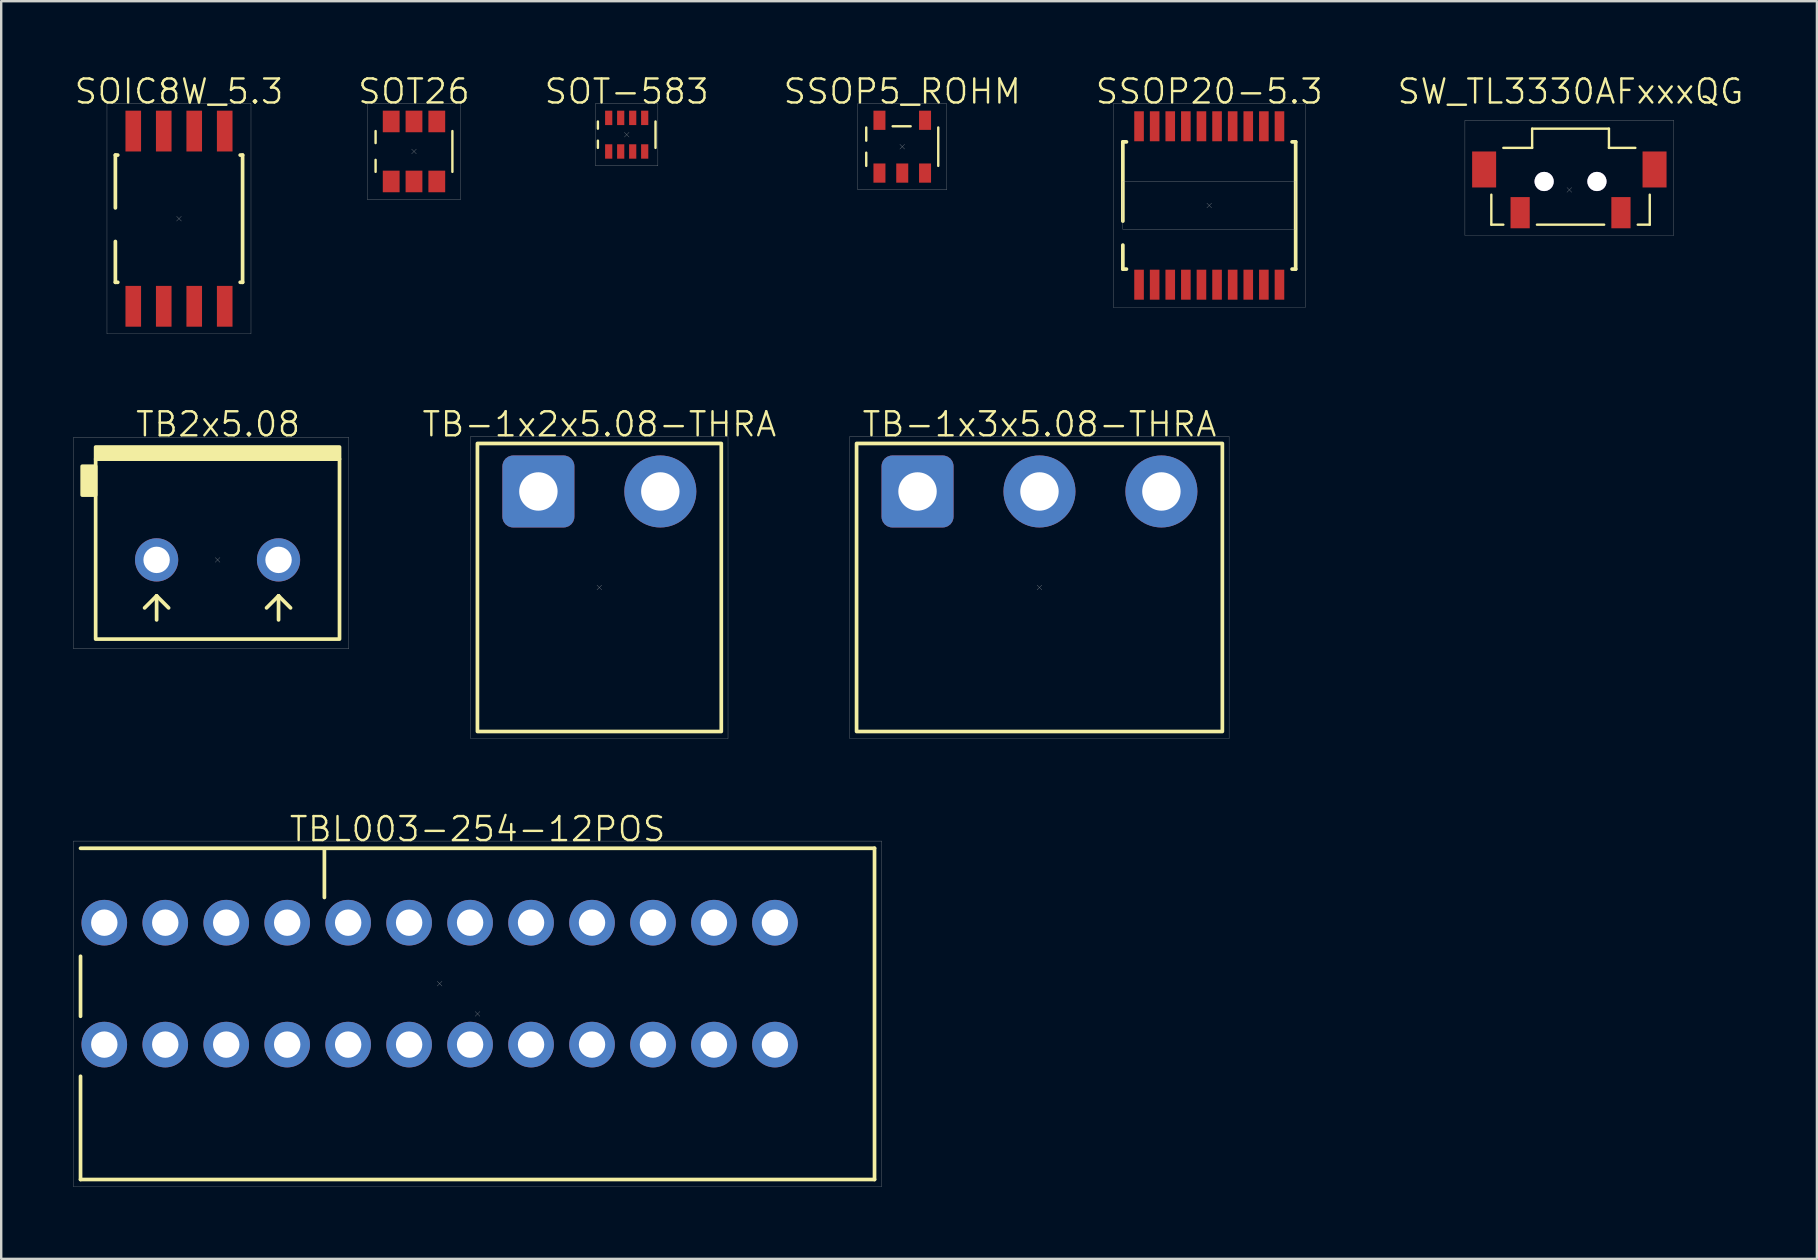
<source format=kicad_pcb>
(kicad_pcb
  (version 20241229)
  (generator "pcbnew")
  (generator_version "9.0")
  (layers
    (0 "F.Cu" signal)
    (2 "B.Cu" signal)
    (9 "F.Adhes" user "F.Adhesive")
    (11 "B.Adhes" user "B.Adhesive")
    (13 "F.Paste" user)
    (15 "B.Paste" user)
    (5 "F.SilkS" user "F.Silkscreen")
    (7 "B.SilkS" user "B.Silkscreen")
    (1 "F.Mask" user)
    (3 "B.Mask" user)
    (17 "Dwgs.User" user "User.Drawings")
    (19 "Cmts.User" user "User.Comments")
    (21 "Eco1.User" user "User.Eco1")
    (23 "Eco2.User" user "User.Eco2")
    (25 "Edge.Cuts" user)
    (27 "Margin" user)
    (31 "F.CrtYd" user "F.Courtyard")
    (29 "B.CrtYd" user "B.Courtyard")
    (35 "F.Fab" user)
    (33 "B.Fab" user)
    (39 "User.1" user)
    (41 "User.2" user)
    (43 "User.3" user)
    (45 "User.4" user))
  (footprint "SSOP5_ROHM"
    (layer "F.Cu")
    (at 34.54 3.061)
    (property "Reference" "SSOP5_ROHM" (at 0 -2.3 0) (unlocked yes) (layer "F.SilkS") (effects (font (size 1 1) (thickness 0.1))))
    (attr smd)
    (fp_line (start -1.5 -0.25) (end -1.5 -0.8) (stroke (width 0.1) (type default)) (layer "F.SilkS"))
    (fp_line (start -1.5 0.8) (end -1.5 0.25) (stroke (width 0.1) (type default)) (layer "F.SilkS"))
    (fp_line (start 0.35 -0.85) (end -0.4 -0.85) (stroke (width 0.1) (type default)) (layer "F.SilkS"))
    (fp_line (start 1.5 0.8) (end 1.5 -0.8) (stroke (width 0.1) (type default)) (layer "F.SilkS"))
    (fp_line (start -0.1 -0.1) (end 0.1 0.1) (stroke (width 0.01) (type default)) (layer "F.Fab"))
    (fp_line (start 0.1 -0.1) (end -0.1 0.1) (stroke (width 0.01) (type default)) (layer "F.Fab"))
    (fp_rect (start -1.85 -1.8) (end 1.85 1.8) (stroke (width 0.01) (type default)) (fill no) (layer "F.Fab"))
    (pad "1" smd rect (at -0.95 1.1) (size 0.5 0.8) (layers "F.Cu" "F.Mask" "F.Paste"))
    (pad "2" smd rect (at 0 1.1) (size 0.5 0.8) (layers "F.Cu" "F.Mask" "F.Paste"))
    (pad "3" smd rect (at 0.95 1.1) (size 0.5 0.8) (layers "F.Cu" "F.Mask" "F.Paste"))
    (pad "4" smd rect (at 0.95 -1.1) (size 0.5 0.8) (layers "F.Cu" "F.Mask" "F.Paste"))
    (pad "5" smd rect (at -0.95 -1.1) (size 0.5 0.8) (layers "F.Cu" "F.Mask" "F.Paste")))
  (footprint "SOT26"
    (layer "F.Cu")
    (at 14.198 3.26)
    (property "Reference" "SOT26" (at 0 -2.5 0) (unlocked yes) (layer "F.SilkS") (effects (font (size 1 1) (thickness 0.1))))
    (attr smd)
    (fp_line (start -1.6 -0.85) (end -1.6 -0.35) (stroke (width 0.1) (type default)) (layer "F.SilkS"))
    (fp_line (start -1.6 0.85) (end -1.6 0.35) (stroke (width 0.1) (type default)) (layer "F.SilkS"))
    (fp_line (start 1.6 -0.85) (end 1.6 0.85) (stroke (width 0.1) (type default)) (layer "F.SilkS"))
    (fp_line (start -0.1 -0.1) (end 0.1 0.1) (stroke (width 0.01) (type default)) (layer "F.Fab"))
    (fp_line (start 0.1 -0.1) (end -0.1 0.1) (stroke (width 0.01) (type default)) (layer "F.Fab"))
    (fp_rect (start -1.95 -2) (end 1.95 2) (stroke (width 0.01) (type default)) (fill no) (layer "F.Fab"))
    (pad "1" smd rect (at -0.95 1.25) (size 0.7 0.9) (layers "F.Cu" "F.Mask" "F.Paste"))
    (pad "2" smd rect (at 0 1.25) (size 0.7 0.9) (layers "F.Cu" "F.Mask" "F.Paste"))
    (pad "3" smd rect (at 0.95 1.25) (size 0.7 0.9) (layers "F.Cu" "F.Mask" "F.Paste"))
    (pad "4" smd rect (at 0.95 -1.25) (size 0.7 0.9) (layers "F.Cu" "F.Mask" "F.Paste"))
    (pad "5" smd rect (at 0 -1.25) (size 0.7 0.9) (layers "F.Cu" "F.Mask" "F.Paste"))
    (pad "6" smd rect (at -0.95 -1.25) (size 0.7 0.9) (layers "F.Cu" "F.Mask" "F.Paste")))
  (footprint "SW_TL3330AFxxxQG"
    (layer "F.Cu")
    (at 62.333 4.861)
    (property "Reference" "SW_TL3330AFxxxQG" (at 0.05 -4.1 0) (unlocked yes) (layer "F.SilkS") (effects (font (size 1 1) (thickness 0.1))))
    (attr smd)
    (fp_line (start -3.25 0.2) (end -3.25 1.45) (stroke (width 0.1) (type default)) (layer "F.SilkS"))
    (fp_line (start -3.25 1.45) (end -2.75 1.45) (stroke (width 0.1) (type default)) (layer "F.SilkS"))
    (fp_line (start -2.75 -1.75) (end -1.55 -1.75) (stroke (width 0.1) (type default)) (layer "F.SilkS"))
    (fp_line (start -1.55 -2.55) (end 1.65 -2.55) (stroke (width 0.1) (type default)) (layer "F.SilkS"))
    (fp_line (start -1.55 -1.75) (end -1.55 -2.55) (stroke (width 0.1) (type default)) (layer "F.SilkS"))
    (fp_line (start -1.35 1.45) (end 1.45 1.45) (stroke (width 0.1) (type default)) (layer "F.SilkS"))
    (fp_line (start 1.65 -2.55) (end 1.65 -1.75) (stroke (width 0.1) (type default)) (layer "F.SilkS"))
    (fp_line (start 1.65 -1.75) (end 2.75 -1.75) (stroke (width 0.1) (type default)) (layer "F.SilkS"))
    (fp_line (start 3.35 0.2) (end 3.35 1.45) (stroke (width 0.1) (type default)) (layer "F.SilkS"))
    (fp_line (start 3.35 1.45) (end 2.85 1.45) (stroke (width 0.1) (type default)) (layer "F.SilkS"))
    (fp_line (start -0.1 -0.1) (end 0.1 0.1) (stroke (width 0.01) (type default)) (layer "F.Fab"))
    (fp_line (start 0.1 -0.1) (end -0.1 0.1) (stroke (width 0.01) (type default)) (layer "F.Fab"))
    (fp_rect (start -4.35 -2.9) (end 4.35 1.9) (stroke (width 0.01) (type default)) (fill no) (layer "F.Fab"))
    (pad "1" smd rect (at -2.05 0.95) (size 0.8 1.3) (layers "F.Cu" "F.Mask" "F.Paste"))
    (pad "2" smd rect (at 2.15 0.95) (size 0.8 1.3) (layers "F.Cu" "F.Mask" "F.Paste"))
    (pad "3" smd rect (at -3.55 -0.85) (size 1 1.5) (layers "F.Cu" "F.Mask" "F.Paste"))
    (pad "4" smd rect (at 3.55 -0.85) (size 1 1.5) (layers "F.Cu" "F.Mask" "F.Paste"))
    (pad "5" thru_hole circle (at -1.05 -0.35) (size 0.8 0.8) (drill 0.8) (layers "*.Cu" "*.Mask"))
    (pad "6" thru_hole circle (at 1.15 -0.35) (size 0.8 0.8) (drill 0.8) (layers "*.Cu" "*.Mask")))
  (footprint "SOT-583"
    (layer "F.Cu")
    (at 23.06 2.561)
    (property "Reference" "SOT-583" (at 0 -1.8 0) (unlocked yes) (layer "F.SilkS") (effects (font (size 1 1) (thickness 0.1))))
    (attr smd)
    (fp_line (start -1.2 -0.25) (end -1.2 -0.55) (stroke (width 0.1) (type default)) (layer "F.SilkS"))
    (fp_line (start -1.2 0.55) (end -1.2 0.25) (stroke (width 0.1) (type default)) (layer "F.SilkS"))
    (fp_line (start 1.2 0.55) (end 1.2 -0.55) (stroke (width 0.1) (type default)) (layer "F.SilkS"))
    (fp_line (start -0.1 -0.1) (end 0.1 0.1) (stroke (width 0.01) (type default)) (layer "F.Fab"))
    (fp_line (start 0.1 -0.1) (end -0.1 0.1) (stroke (width 0.01) (type default)) (layer "F.Fab"))
    (fp_rect (start -1.3 -1.3) (end 1.3 1.3) (stroke (width 0.01) (type default)) (fill no) (layer "F.Fab"))
    (pad "1" smd rect (at -0.75 0.7) (size 0.3 0.6) (layers "F.Cu" "F.Mask" "F.Paste"))
    (pad "2" smd rect (at -0.25 0.7) (size 0.3 0.6) (layers "F.Cu" "F.Mask" "F.Paste"))
    (pad "3" smd rect (at 0.25 0.7) (size 0.3 0.6) (layers "F.Cu" "F.Mask" "F.Paste"))
    (pad "4" smd rect (at 0.75 0.7) (size 0.3 0.6) (layers "F.Cu" "F.Mask" "F.Paste"))
    (pad "5" smd rect (at 0.75 -0.7) (size 0.3 0.6) (layers "F.Cu" "F.Mask" "F.Paste"))
    (pad "6" smd rect (at 0.25 -0.7) (size 0.3 0.6) (layers "F.Cu" "F.Mask" "F.Paste"))
    (pad "7" smd rect (at -0.25 -0.7) (size 0.3 0.6) (layers "F.Cu" "F.Mask" "F.Paste"))
    (pad "8" smd rect (at -0.75 -0.7) (size 0.3 0.6) (layers "F.Cu" "F.Mask" "F.Paste")))
  (footprint "TB-1x2x5.08-THRA"
    (layer "F.Cu")
    (at 21.921 21.426)
    (property "Reference" "TB-1x2x5.08-THRA" (at 0 -6.8 0) (unlocked yes) (layer "F.SilkS") (effects (font (size 1 1) (thickness 0.1))))
    (attr through_hole)
    (fp_rect (start -5.08 -6) (end 5.08 6) (stroke (width 0.154) (type default)) (fill no) (layer "F.SilkS"))
    (fp_line (start -0.1 0.1) (end 0.1 -0.1) (stroke (width 0.01) (type default)) (layer "F.Fab"))
    (fp_line (start 0.1 0.1) (end -0.1 -0.1) (stroke (width 0.01) (type default)) (layer "F.Fab"))
    (fp_rect (start -5.36 -6.3) (end 5.36 6.3) (stroke (width 0.01) (type default)) (fill no) (layer "F.Fab"))
    (pad "1" thru_hole roundrect (at -2.54 -4) (size 3 3) (drill 1.6) (layers "*.Cu" "*.Mask") (roundrect_rratio 0.15))
    (pad "2" thru_hole circle (at 2.54 -4) (size 3 3) (drill 1.6) (layers "*.Cu" "*.Mask")))
  (footprint "TB2x5.08"
    (layer "F.Cu")
    (at 6.015 20.276)
    (property "Reference" "TB2x5.08" (at 0.02 -5.65 0) (unlocked yes) (layer "F.SilkS") (effects (font (size 1 1) (thickness 0.1))))
    (attr through_hole)
    (fp_line (start -2.54 1.5) (end -3.04 2) (stroke (width 0.154) (type default)) (layer "F.SilkS"))
    (fp_line (start -2.54 1.5) (end -2.54 2.5) (stroke (width 0.154) (type default)) (layer "F.SilkS"))
    (fp_line (start -2.04 2) (end -2.54 1.5) (stroke (width 0.154) (type default)) (layer "F.SilkS"))
    (fp_line (start 2.54 1.5) (end 2.04 2) (stroke (width 0.154) (type default)) (layer "F.SilkS"))
    (fp_line (start 2.54 1.5) (end 2.54 2.5) (stroke (width 0.154) (type default)) (layer "F.SilkS"))
    (fp_line (start 3.04 2) (end 2.54 1.5) (stroke (width 0.154) (type default)) (layer "F.SilkS"))
    (fp_rect (start -5.64 -3.9) (end -5.08 -2.7) (stroke (width 0.154) (type solid)) (fill yes) (layer "F.SilkS"))
    (fp_rect (start -5.08 -4.7) (end 5.08 -4.2) (stroke (width 0.154) (type solid)) (fill yes) (layer "F.SilkS"))
    (fp_rect (start -5.08 -4.2) (end 5.08 3.3) (stroke (width 0.154) (type default)) (fill no) (layer "F.SilkS"))
    (fp_line (start -0.1 0.1) (end 0.1 -0.1) (stroke (width 0.01) (type default)) (layer "F.Fab"))
    (fp_line (start 0.1 0.1) (end -0.1 -0.1) (stroke (width 0.01) (type default)) (layer "F.Fab"))
    (fp_rect (start -6.01 -5.1) (end 5.47 3.7) (stroke (width 0.01) (type default)) (fill no) (layer "F.Fab"))
    (pad "1" thru_hole circle (at -2.54 0) (size 1.8 1.8) (drill 1.1) (layers "*.Cu" "*.Mask"))
    (pad "2" thru_hole circle (at 2.54 0) (size 1.8 1.8) (drill 1.1) (layers "*.Cu" "*.Mask")))
  (footprint "TB-1x3x5.08-THRA"
    (layer "F.Cu")
    (at 40.257 21.426)
    (property "Reference" "TB-1x3x5.08-THRA" (at 0 -6.8 0) (unlocked yes) (layer "F.SilkS") (effects (font (size 1 1) (thickness 0.1))))
    (attr through_hole)
    (fp_rect (start -7.62 -6) (end 7.62 6) (stroke (width 0.154) (type default)) (fill no) (layer "F.SilkS"))
    (fp_line (start -0.1 0.1) (end 0.1 -0.1) (stroke (width 0.01) (type default)) (layer "F.Fab"))
    (fp_line (start 0.1 0.1) (end -0.1 -0.1) (stroke (width 0.01) (type default)) (layer "F.Fab"))
    (fp_rect (start -7.9 -6.3) (end 7.9 6.3) (stroke (width 0.01) (type default)) (fill no) (layer "F.Fab"))
    (pad "1" thru_hole roundrect (at -5.08 -4) (size 3 3) (drill 1.6) (layers "*.Cu" "*.Mask") (roundrect_rratio 0.15))
    (pad "2" thru_hole circle (at 0 -4) (size 3 3) (drill 1.6) (layers "*.Cu" "*.Mask"))
    (pad "3" thru_hole circle (at 5.08 -4) (size 3 3) (drill 1.6) (layers "*.Cu" "*.Mask")))
  (footprint "SSOP20-5.3"
    (layer "F.Cu")
    (at 47.331 5.511)
    (property "Reference" "SSOP20-5.3" (at 0 -4.75 0) (unlocked yes) (layer "F.SilkS") (effects (font (size 1 1) (thickness 0.1))))
    (attr smd)
    (fp_line (start -3.6 -2.65) (end -3.6 0.65) (stroke (width 0.154) (type default)) (layer "F.SilkS"))
    (fp_line (start -3.6 2.65) (end -3.6 1.65) (stroke (width 0.154) (type default)) (layer "F.SilkS"))
    (fp_line (start -3.6 2.65) (end -3.45 2.65) (stroke (width 0.154) (type default)) (layer "F.SilkS"))
    (fp_line (start -3.45 -2.65) (end -3.6 -2.65) (stroke (width 0.154) (type default)) (layer "F.SilkS"))
    (fp_line (start 3.45 -2.65) (end 3.6 -2.65) (stroke (width 0.154) (type default)) (layer "F.SilkS"))
    (fp_line (start 3.45 2.65) (end 3.6 2.65) (stroke (width 0.154) (type default)) (layer "F.SilkS"))
    (fp_line (start 3.6 -2.65) (end 3.6 2.65) (stroke (width 0.154) (type default)) (layer "F.SilkS"))
    (fp_line (start -0.1 -0.1) (end 0.1 0.1) (stroke (width 0.01) (type default)) (layer "F.Fab"))
    (fp_line (start 0.1 -0.1) (end -0.1 0.1) (stroke (width 0.01) (type default)) (layer "F.Fab"))
    (fp_rect (start -4 -4.25) (end 4 4.25) (stroke (width 0.01) (type default)) (fill no) (layer "F.Fab"))
    (fp_rect (start -3.6 -1) (end 3.6 1) (stroke (width 0.01) (type default)) (fill no) (layer "F.Fab"))
    (pad "1" smd rect (at -2.925 3.3) (size 0.4 1.25) (layers "F.Cu" "F.Mask" "F.Paste"))
    (pad "2" smd rect (at -2.275 3.3) (size 0.4 1.25) (layers "F.Cu" "F.Mask" "F.Paste"))
    (pad "3" smd rect (at -1.625 3.3) (size 0.4 1.25) (layers "F.Cu" "F.Mask" "F.Paste"))
    (pad "4" smd rect (at -0.975 3.3) (size 0.4 1.25) (layers "F.Cu" "F.Mask" "F.Paste"))
    (pad "5" smd rect (at -0.325 3.3) (size 0.4 1.25) (layers "F.Cu" "F.Mask" "F.Paste"))
    (pad "6" smd rect (at 0.325 3.3) (size 0.4 1.25) (layers "F.Cu" "F.Mask" "F.Paste"))
    (pad "7" smd rect (at 0.975 3.3) (size 0.4 1.25) (layers "F.Cu" "F.Mask" "F.Paste"))
    (pad "8" smd rect (at 1.625 3.3) (size 0.4 1.25) (layers "F.Cu" "F.Mask" "F.Paste"))
    (pad "9" smd rect (at 2.275 3.3) (size 0.4 1.25) (layers "F.Cu" "F.Mask" "F.Paste"))
    (pad "10" smd rect (at 2.925 3.3) (size 0.4 1.25) (layers "F.Cu" "F.Mask" "F.Paste"))
    (pad "11" smd rect (at 2.925 -3.3) (size 0.4 1.25) (layers "F.Cu" "F.Mask" "F.Paste"))
    (pad "12" smd rect (at 2.275 -3.3) (size 0.4 1.25) (layers "F.Cu" "F.Mask" "F.Paste"))
    (pad "13" smd rect (at 1.625 -3.3) (size 0.4 1.25) (layers "F.Cu" "F.Mask" "F.Paste"))
    (pad "14" smd rect (at 0.975 -3.3) (size 0.4 1.25) (layers "F.Cu" "F.Mask" "F.Paste"))
    (pad "15" smd rect (at 0.325 -3.3) (size 0.4 1.25) (layers "F.Cu" "F.Mask" "F.Paste"))
    (pad "16" smd rect (at -0.325 -3.3) (size 0.4 1.25) (layers "F.Cu" "F.Mask" "F.Paste"))
    (pad "17" smd rect (at -0.975 -3.3) (size 0.4 1.25) (layers "F.Cu" "F.Mask" "F.Paste"))
    (pad "18" smd rect (at -1.625 -3.3) (size 0.4 1.25) (layers "F.Cu" "F.Mask" "F.Paste"))
    (pad "19" smd rect (at -2.275 -3.3) (size 0.4 1.25) (layers "F.Cu" "F.Mask" "F.Paste"))
    (pad "20" smd rect (at -2.925 -3.3) (size 0.4 1.25) (layers "F.Cu" "F.Mask" "F.Paste")))
  (footprint "SOIC8W_5.3"
    (layer "F.Cu")
    (at 4.407 6.061)
    (property "Reference" "SOIC8W_5.3" (at 0 -5.3 0) (unlocked yes) (layer "F.SilkS") (effects (font (size 1 1) (thickness 0.1))))
    (attr smd)
    (fp_line (start -2.65 -2.65) (end -2.65 -0.45) (stroke (width 0.154) (type default)) (layer "F.SilkS"))
    (fp_line (start -2.65 2.65) (end -2.65 0.95) (stroke (width 0.154) (type default)) (layer "F.SilkS"))
    (fp_line (start -2.55 -2.65) (end -2.65 -2.65) (stroke (width 0.154) (type default)) (layer "F.SilkS"))
    (fp_line (start -2.55 2.65) (end -2.65 2.65) (stroke (width 0.154) (type default)) (layer "F.SilkS"))
    (fp_line (start 2.55 -2.65) (end 2.65 -2.65) (stroke (width 0.154) (type default)) (layer "F.SilkS"))
    (fp_line (start 2.65 -2.65) (end 2.65 2.65) (stroke (width 0.154) (type default)) (layer "F.SilkS"))
    (fp_line (start 2.65 2.65) (end 2.55 2.65) (stroke (width 0.154) (type default)) (layer "F.SilkS"))
    (fp_line (start -0.1 -0.1) (end 0.1 0.1) (stroke (width 0.01) (type default)) (layer "F.Fab"))
    (fp_line (start 0.1 -0.1) (end -0.1 0.1) (stroke (width 0.01) (type default)) (layer "F.Fab"))
    (fp_rect (start -3 -4.8) (end 3 4.8) (stroke (width 0.01) (type default)) (fill no) (layer "F.Fab"))
    (pad "1" smd rect (at -1.905 3.65) (size 0.65 1.7) (layers "F.Cu" "F.Mask" "F.Paste"))
    (pad "2" smd rect (at -0.635 3.65) (size 0.65 1.7) (layers "F.Cu" "F.Mask" "F.Paste"))
    (pad "3" smd rect (at 0.635 3.65) (size 0.65 1.7) (layers "F.Cu" "F.Mask" "F.Paste"))
    (pad "4" smd rect (at 1.905 3.65) (size 0.65 1.7) (layers "F.Cu" "F.Mask" "F.Paste"))
    (pad "5" smd rect (at 1.905 -3.65) (size 0.65 1.7) (layers "F.Cu" "F.Mask" "F.Paste"))
    (pad "6" smd rect (at 0.635 -3.65) (size 0.65 1.7) (layers "F.Cu" "F.Mask" "F.Paste"))
    (pad "7" smd rect (at -0.635 -3.65) (size 0.65 1.7) (layers "F.Cu" "F.Mask" "F.Paste"))
    (pad "8" smd rect (at -1.905 -3.65) (size 0.65 1.7) (layers "F.Cu" "F.Mask" "F.Paste")))
  (footprint "TBL003-254-12POS"
    (layer "F.Cu")
    (at 16.845 39.191)
    (property "Reference" "TBL003-254-12POS" (at 0 -7.7 0) (unlocked yes) (layer "F.SilkS") (effects (font (size 1 1) (thickness 0.1))))
    (attr through_hole)
    (fp_line (start -16.54 -6.9) (end 16.54 -6.9) (stroke (width 0.154) (type default)) (layer "F.SilkS"))
    (fp_line (start -16.54 -2.4) (end -16.54 0.1) (stroke (width 0.154) (type default)) (layer "F.SilkS"))
    (fp_line (start -16.54 2.6) (end -16.54 6.9) (stroke (width 0.154) (type default)) (layer "F.SilkS"))
    (fp_line (start -16.54 6.9) (end 16.54 6.9) (stroke (width 0.154) (type default)) (layer "F.SilkS"))
    (fp_line (start -6.38 -6.85) (end -6.38 -4.85) (stroke (width 0.154) (type default)) (layer "F.SilkS"))
    (fp_line (start 16.54 -6.9) (end 16.54 6.9) (stroke (width 0.154) (type default)) (layer "F.SilkS"))
    (fp_line (start -1.68 -1.36) (end -1.48 -1.16) (stroke (width 0.01) (type default)) (layer "F.Fab"))
    (fp_line (start -1.48 -1.36) (end -1.68 -1.16) (stroke (width 0.01) (type default)) (layer "F.Fab"))
    (fp_line (start -0.1 -0.1) (end 0.1 0.1) (stroke (width 0.01) (type default)) (layer "F.Fab"))
    (fp_line (start 0.1 -0.1) (end -0.1 0.1) (stroke (width 0.01) (type default)) (layer "F.Fab"))
    (fp_rect (start -16.84 -7.2) (end 16.84 7.2) (stroke (width 0.01) (type default)) (fill no) (layer "F.Fab"))
    (pad "1" thru_hole circle (at -15.55 -3.8) (size 1.9 1.9) (drill 1.1) (layers "*.Cu" "*.Mask"))
    (pad "1" thru_hole circle (at -15.55 1.28) (size 1.9 1.9) (drill 1.1) (layers "*.Cu" "*.Mask"))
    (pad "2" thru_hole circle (at -13.01 -3.8) (size 1.9 1.9) (drill 1.1) (layers "*.Cu" "*.Mask"))
    (pad "2" thru_hole circle (at -13.01 1.28) (size 1.9 1.9) (drill 1.1) (layers "*.Cu" "*.Mask"))
    (pad "3" thru_hole circle (at -10.47 -3.8) (size 1.9 1.9) (drill 1.1) (layers "*.Cu" "*.Mask"))
    (pad "3" thru_hole circle (at -10.47 1.28) (size 1.9 1.9) (drill 1.1) (layers "*.Cu" "*.Mask"))
    (pad "4" thru_hole circle (at -7.93 -3.8) (size 1.9 1.9) (drill 1.1) (layers "*.Cu" "*.Mask"))
    (pad "4" thru_hole circle (at -7.93 1.28) (size 1.9 1.9) (drill 1.1) (layers "*.Cu" "*.Mask"))
    (pad "5" thru_hole circle (at -5.39 -3.8) (size 1.9 1.9) (drill 1.1) (layers "*.Cu" "*.Mask"))
    (pad "5" thru_hole circle (at -5.39 1.28) (size 1.9 1.9) (drill 1.1) (layers "*.Cu" "*.Mask"))
    (pad "6" thru_hole circle (at -2.85 -3.8) (size 1.9 1.9) (drill 1.1) (layers "*.Cu" "*.Mask"))
    (pad "6" thru_hole circle (at -2.85 1.28) (size 1.9 1.9) (drill 1.1) (layers "*.Cu" "*.Mask"))
    (pad "7" thru_hole circle (at -0.31 -3.8) (size 1.9 1.9) (drill 1.1) (layers "*.Cu" "*.Mask"))
    (pad "7" thru_hole circle (at -0.31 1.28) (size 1.9 1.9) (drill 1.1) (layers "*.Cu" "*.Mask"))
    (pad "8" thru_hole circle (at 2.23 -3.8) (size 1.9 1.9) (drill 1.1) (layers "*.Cu" "*.Mask"))
    (pad "8" thru_hole circle (at 2.23 1.28) (size 1.9 1.9) (drill 1.1) (layers "*.Cu" "*.Mask"))
    (pad "9" thru_hole circle (at 4.77 -3.8) (size 1.9 1.9) (drill 1.1) (layers "*.Cu" "*.Mask"))
    (pad "9" thru_hole circle (at 4.77 1.28) (size 1.9 1.9) (drill 1.1) (layers "*.Cu" "*.Mask"))
    (pad "10" thru_hole circle (at 7.31 -3.8) (size 1.9 1.9) (drill 1.1) (layers "*.Cu" "*.Mask"))
    (pad "10" thru_hole circle (at 7.31 1.28) (size 1.9 1.9) (drill 1.1) (layers "*.Cu" "*.Mask"))
    (pad "11" thru_hole circle (at 9.85 -3.8) (size 1.9 1.9) (drill 1.1) (layers "*.Cu" "*.Mask"))
    (pad "11" thru_hole circle (at 9.85 1.28) (size 1.9 1.9) (drill 1.1) (layers "*.Cu" "*.Mask"))
    (pad "12" thru_hole circle (at 12.39 -3.8) (size 1.9 1.9) (drill 1.1) (layers "*.Cu" "*.Mask"))
    (pad "12" thru_hole circle (at 12.39 1.28) (size 1.9 1.9) (drill 1.1) (layers "*.Cu" "*.Mask")))
  (gr_rect
    (start -3 -3)
    (end 72.648 49.397)
    (stroke (width 0.1) (type default))
    (fill no)
    (layer "Edge.Cuts")))
</source>
